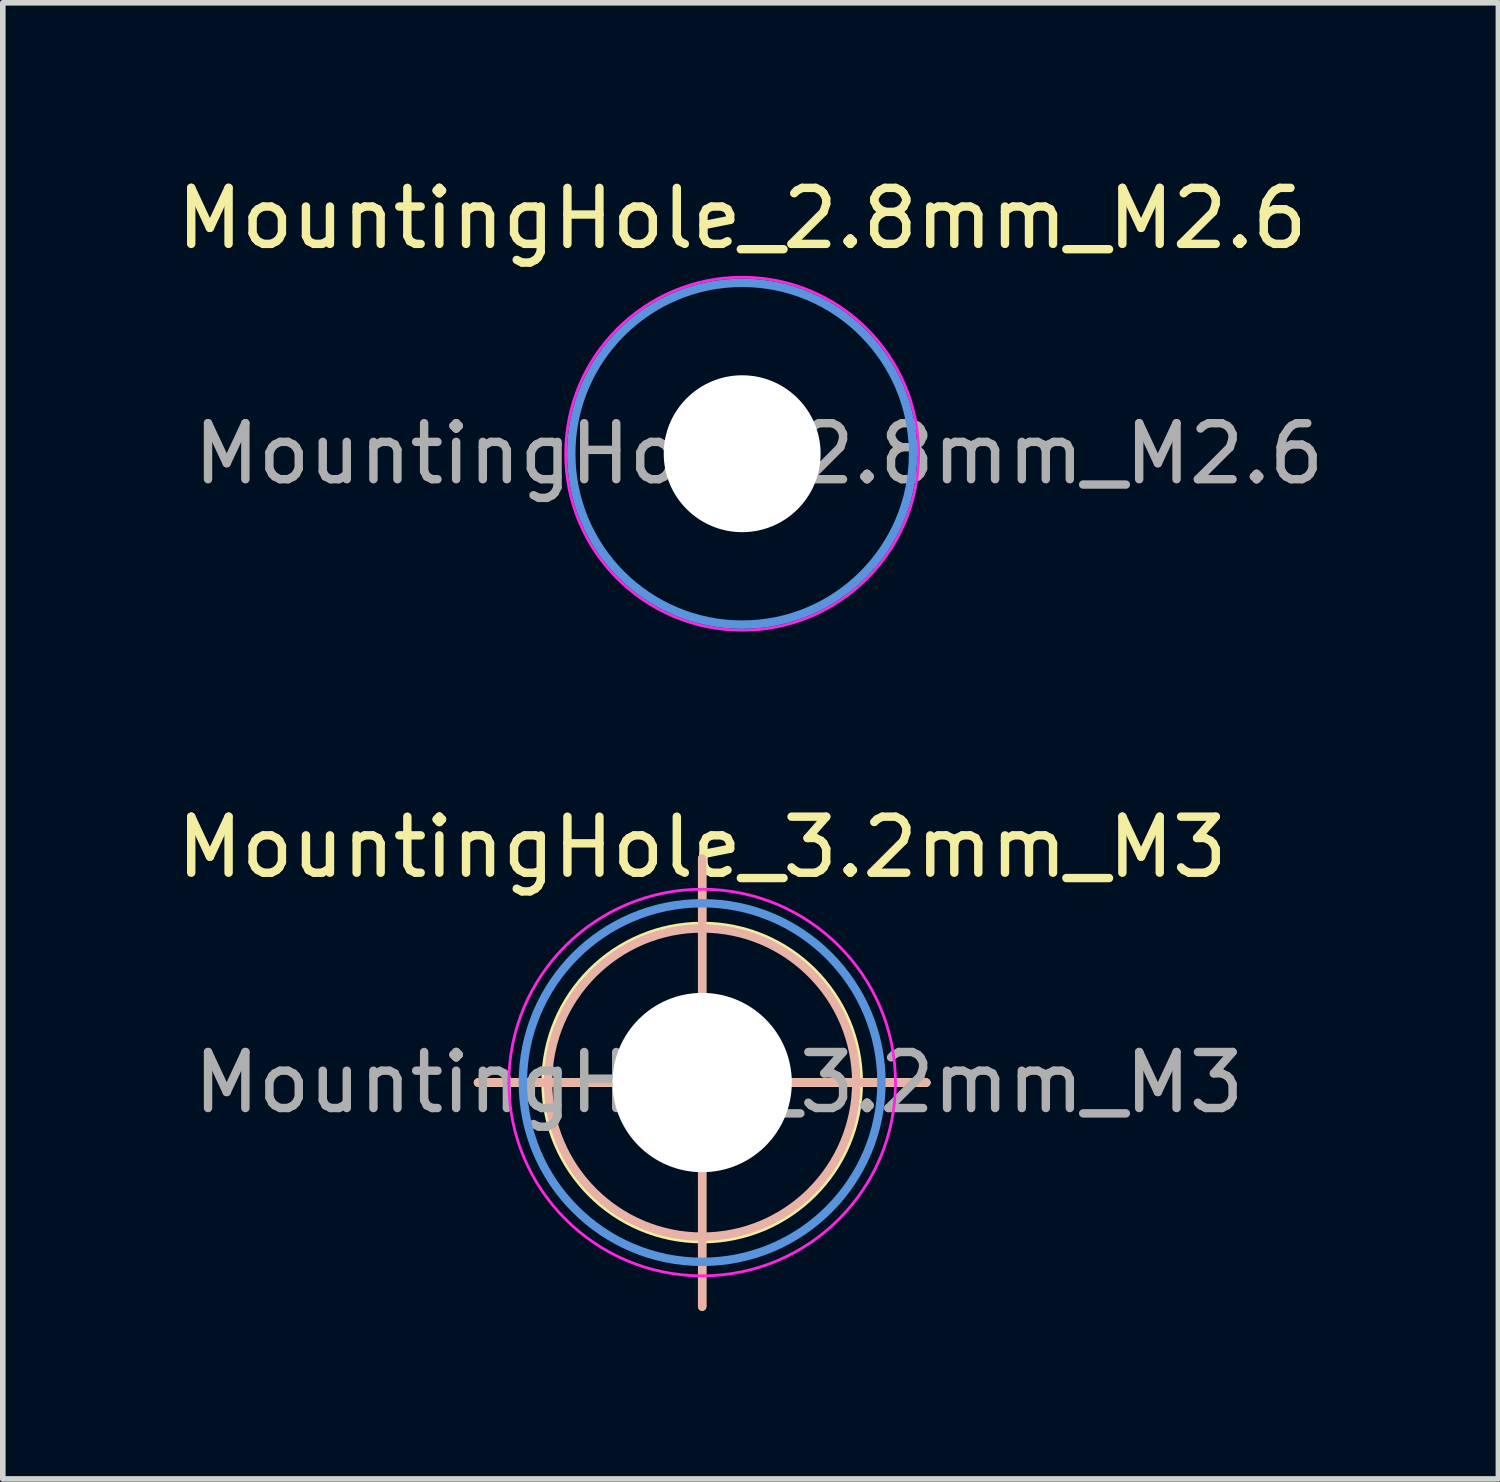
<source format=kicad_pcb>
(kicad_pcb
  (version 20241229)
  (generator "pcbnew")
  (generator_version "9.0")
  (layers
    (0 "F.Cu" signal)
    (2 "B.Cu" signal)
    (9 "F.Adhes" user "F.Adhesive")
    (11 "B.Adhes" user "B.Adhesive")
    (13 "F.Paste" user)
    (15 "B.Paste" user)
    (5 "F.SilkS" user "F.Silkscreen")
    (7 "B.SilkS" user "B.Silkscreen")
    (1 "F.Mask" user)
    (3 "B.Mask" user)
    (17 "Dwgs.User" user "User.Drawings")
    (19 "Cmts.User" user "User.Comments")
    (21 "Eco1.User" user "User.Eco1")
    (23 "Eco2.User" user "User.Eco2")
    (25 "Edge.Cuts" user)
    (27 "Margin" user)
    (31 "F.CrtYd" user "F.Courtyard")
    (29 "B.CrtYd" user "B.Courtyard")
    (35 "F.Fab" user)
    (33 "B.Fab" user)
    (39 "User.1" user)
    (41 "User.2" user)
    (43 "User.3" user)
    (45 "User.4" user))
  (footprint "MountingHole_3.2mm_M3"
    (layer "F.Cu")
    (at 9.482 16.271)
    (property "Reference" "MountingHole_3.2mm_M3" (at 0 -4.2 0) (layer "F.SilkS") (effects (font (size 1 1) (thickness 0.15))))
    (attr exclude_from_pos_files exclude_from_bom)
    (fp_line (start -4 0) (end 4 0) (stroke (width 0.15) (type solid)) (layer "F.SilkS"))
    (fp_line (start 0 -4) (end 0 4) (stroke (width 0.15) (type solid)) (layer "F.SilkS"))
    (fp_line (start 4 0) (end -4 0) (stroke (width 0.15) (type solid)) (layer "F.SilkS"))
    (fp_circle (center 0 0) (end 2.75 0.5) (stroke (width 0.15) (type solid)) (fill no) (layer "F.SilkS"))
    (fp_line (start 0 -4) (end 0 4) (stroke (width 0.15) (type solid)) (layer "B.SilkS"))
    (fp_line (start 4 0) (end -4 0) (stroke (width 0.15) (type solid)) (layer "B.SilkS"))
    (fp_circle (center 0 0) (end 2.75 0) (stroke (width 0.15) (type solid)) (fill no) (layer "B.SilkS"))
    (fp_circle (center 0 0) (end 3.2 0) (stroke (width 0.15) (type solid)) (fill no) (layer "Cmts.User"))
    (fp_circle (center 0 0) (end 3.45 0) (stroke (width 0.05) (type solid)) (fill no) (layer "F.CrtYd"))
    (fp_text user "${REFERENCE}" (at 0.3 0 0) (layer "F.Fab") (effects (font (size 1 1) (thickness 0.15))))
    (pad "" np_thru_hole circle (at 0 0) (size 3.2 3.2) (drill 3.2) (layers "*.Cu" "*.Mask")))
  (footprint "MountingHole_2.8mm_M2.6"
    (layer "F.Cu")
    (at 10.196 5.048)
    (property "Reference" "MountingHole_2.8mm_M2.6" (at 0 -4.2 0) (layer "F.SilkS") (effects (font (size 1 1) (thickness 0.15))))
    (attr exclude_from_pos_files exclude_from_bom)
    (fp_circle (center 0 0) (end 3.05 0) (stroke (width 0.15) (type solid)) (fill no) (layer "Cmts.User"))
    (fp_circle (center 0 0) (end 3.15 0) (stroke (width 0.05) (type solid)) (fill no) (layer "F.CrtYd"))
    (fp_text user "${REFERENCE}" (at 0.3 0 0) (layer "F.Fab") (effects (font (size 1 1) (thickness 0.15))))
    (pad "" np_thru_hole circle (at 0 0) (size 2.8 2.8) (drill 2.8) (layers "*.Cu" "*.Mask")))
  (gr_rect
    (start -3 -3)
    (end 23.693 23.346)
    (stroke (width 0.1) (type default))
    (fill no)
    (layer "Edge.Cuts")))
</source>
